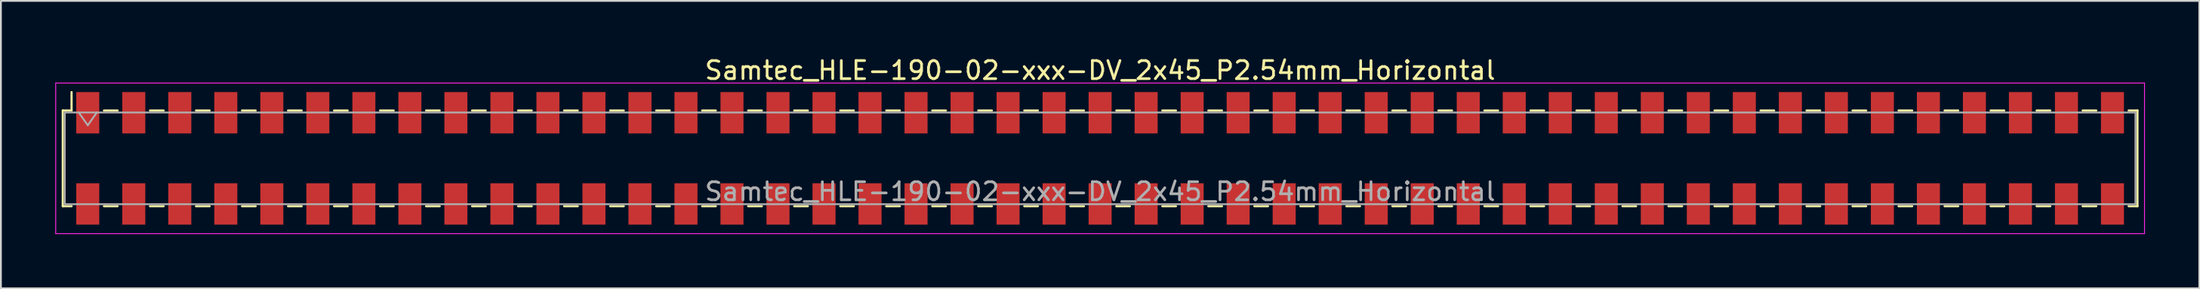
<source format=kicad_pcb>
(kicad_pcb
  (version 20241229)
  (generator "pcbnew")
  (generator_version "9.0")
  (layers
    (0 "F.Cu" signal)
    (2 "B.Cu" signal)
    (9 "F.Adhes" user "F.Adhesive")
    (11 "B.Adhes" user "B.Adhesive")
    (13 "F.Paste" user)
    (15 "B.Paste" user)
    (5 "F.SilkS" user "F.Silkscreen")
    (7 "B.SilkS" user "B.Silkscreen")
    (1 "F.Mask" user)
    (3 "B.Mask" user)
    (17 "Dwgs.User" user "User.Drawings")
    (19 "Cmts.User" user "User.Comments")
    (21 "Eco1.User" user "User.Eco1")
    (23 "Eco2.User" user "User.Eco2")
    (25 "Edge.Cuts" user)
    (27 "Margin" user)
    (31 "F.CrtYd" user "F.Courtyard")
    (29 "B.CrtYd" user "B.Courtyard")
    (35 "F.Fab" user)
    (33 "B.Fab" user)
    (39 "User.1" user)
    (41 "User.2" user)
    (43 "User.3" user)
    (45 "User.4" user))
  (footprint "Samtec_HLE-190-02-xxx-DV_2x45_P2.54mm_Horizontal"
    (layer "F.Cu")
    (at 57.675 5.718)
    (property "Reference" "Samtec_HLE-190-02-xxx-DV_2x45_P2.54mm_Horizontal" (at 0 -4.87 0) (layer "F.SilkS") (effects (font (size 1 1) (thickness 0.15))))
    (attr smd)
    (fp_line (start -57.26 -2.65) (end -57.26 2.65) (stroke (width 0.12) (type solid)) (layer "F.SilkS"))
    (fp_line (start -57.26 2.65) (end -56.775 2.65) (stroke (width 0.12) (type solid)) (layer "F.SilkS"))
    (fp_line (start -56.775 -3.67) (end -56.775 -2.65) (stroke (width 0.12) (type solid)) (layer "F.SilkS"))
    (fp_line (start -56.775 -2.65) (end -57.26 -2.65) (stroke (width 0.12) (type solid)) (layer "F.SilkS"))
    (fp_line (start -54.985 -2.65) (end -54.235 -2.65) (stroke (width 0.12) (type solid)) (layer "F.SilkS"))
    (fp_line (start -54.985 2.65) (end -54.235 2.65) (stroke (width 0.12) (type solid)) (layer "F.SilkS"))
    (fp_line (start -52.445 -2.65) (end -51.695 -2.65) (stroke (width 0.12) (type solid)) (layer "F.SilkS"))
    (fp_line (start -52.445 2.65) (end -51.695 2.65) (stroke (width 0.12) (type solid)) (layer "F.SilkS"))
    (fp_line (start -49.905 -2.65) (end -49.155 -2.65) (stroke (width 0.12) (type solid)) (layer "F.SilkS"))
    (fp_line (start -49.905 2.65) (end -49.155 2.65) (stroke (width 0.12) (type solid)) (layer "F.SilkS"))
    (fp_line (start -47.365 -2.65) (end -46.615 -2.65) (stroke (width 0.12) (type solid)) (layer "F.SilkS"))
    (fp_line (start -47.365 2.65) (end -46.615 2.65) (stroke (width 0.12) (type solid)) (layer "F.SilkS"))
    (fp_line (start -44.825 -2.65) (end -44.075 -2.65) (stroke (width 0.12) (type solid)) (layer "F.SilkS"))
    (fp_line (start -44.825 2.65) (end -44.075 2.65) (stroke (width 0.12) (type solid)) (layer "F.SilkS"))
    (fp_line (start -42.285 -2.65) (end -41.535 -2.65) (stroke (width 0.12) (type solid)) (layer "F.SilkS"))
    (fp_line (start -42.285 2.65) (end -41.535 2.65) (stroke (width 0.12) (type solid)) (layer "F.SilkS"))
    (fp_line (start -39.745 -2.65) (end -38.995 -2.65) (stroke (width 0.12) (type solid)) (layer "F.SilkS"))
    (fp_line (start -39.745 2.65) (end -38.995 2.65) (stroke (width 0.12) (type solid)) (layer "F.SilkS"))
    (fp_line (start -37.205 -2.65) (end -36.455 -2.65) (stroke (width 0.12) (type solid)) (layer "F.SilkS"))
    (fp_line (start -37.205 2.65) (end -36.455 2.65) (stroke (width 0.12) (type solid)) (layer "F.SilkS"))
    (fp_line (start -34.665 -2.65) (end -33.915 -2.65) (stroke (width 0.12) (type solid)) (layer "F.SilkS"))
    (fp_line (start -34.665 2.65) (end -33.915 2.65) (stroke (width 0.12) (type solid)) (layer "F.SilkS"))
    (fp_line (start -32.125 -2.65) (end -31.375 -2.65) (stroke (width 0.12) (type solid)) (layer "F.SilkS"))
    (fp_line (start -32.125 2.65) (end -31.375 2.65) (stroke (width 0.12) (type solid)) (layer "F.SilkS"))
    (fp_line (start -29.585 -2.65) (end -28.835 -2.65) (stroke (width 0.12) (type solid)) (layer "F.SilkS"))
    (fp_line (start -29.585 2.65) (end -28.835 2.65) (stroke (width 0.12) (type solid)) (layer "F.SilkS"))
    (fp_line (start -27.045 -2.65) (end -26.295 -2.65) (stroke (width 0.12) (type solid)) (layer "F.SilkS"))
    (fp_line (start -27.045 2.65) (end -26.295 2.65) (stroke (width 0.12) (type solid)) (layer "F.SilkS"))
    (fp_line (start -24.505 -2.65) (end -23.755 -2.65) (stroke (width 0.12) (type solid)) (layer "F.SilkS"))
    (fp_line (start -24.505 2.65) (end -23.755 2.65) (stroke (width 0.12) (type solid)) (layer "F.SilkS"))
    (fp_line (start -21.965 -2.65) (end -21.215 -2.65) (stroke (width 0.12) (type solid)) (layer "F.SilkS"))
    (fp_line (start -21.965 2.65) (end -21.215 2.65) (stroke (width 0.12) (type solid)) (layer "F.SilkS"))
    (fp_line (start -19.425 -2.65) (end -18.675 -2.65) (stroke (width 0.12) (type solid)) (layer "F.SilkS"))
    (fp_line (start -19.425 2.65) (end -18.675 2.65) (stroke (width 0.12) (type solid)) (layer "F.SilkS"))
    (fp_line (start -16.885 -2.65) (end -16.135 -2.65) (stroke (width 0.12) (type solid)) (layer "F.SilkS"))
    (fp_line (start -16.885 2.65) (end -16.135 2.65) (stroke (width 0.12) (type solid)) (layer "F.SilkS"))
    (fp_line (start -14.345 -2.65) (end -13.595 -2.65) (stroke (width 0.12) (type solid)) (layer "F.SilkS"))
    (fp_line (start -14.345 2.65) (end -13.595 2.65) (stroke (width 0.12) (type solid)) (layer "F.SilkS"))
    (fp_line (start -11.805 -2.65) (end -11.055 -2.65) (stroke (width 0.12) (type solid)) (layer "F.SilkS"))
    (fp_line (start -11.805 2.65) (end -11.055 2.65) (stroke (width 0.12) (type solid)) (layer "F.SilkS"))
    (fp_line (start -9.265 -2.65) (end -8.515 -2.65) (stroke (width 0.12) (type solid)) (layer "F.SilkS"))
    (fp_line (start -9.265 2.65) (end -8.515 2.65) (stroke (width 0.12) (type solid)) (layer "F.SilkS"))
    (fp_line (start -6.725 -2.65) (end -5.975 -2.65) (stroke (width 0.12) (type solid)) (layer "F.SilkS"))
    (fp_line (start -6.725 2.65) (end -5.975 2.65) (stroke (width 0.12) (type solid)) (layer "F.SilkS"))
    (fp_line (start -4.185 -2.65) (end -3.435 -2.65) (stroke (width 0.12) (type solid)) (layer "F.SilkS"))
    (fp_line (start -4.185 2.65) (end -3.435 2.65) (stroke (width 0.12) (type solid)) (layer "F.SilkS"))
    (fp_line (start -1.645 -2.65) (end -0.895 -2.65) (stroke (width 0.12) (type solid)) (layer "F.SilkS"))
    (fp_line (start -1.645 2.65) (end -0.895 2.65) (stroke (width 0.12) (type solid)) (layer "F.SilkS"))
    (fp_line (start 0.895 -2.65) (end 1.645 -2.65) (stroke (width 0.12) (type solid)) (layer "F.SilkS"))
    (fp_line (start 0.895 2.65) (end 1.645 2.65) (stroke (width 0.12) (type solid)) (layer "F.SilkS"))
    (fp_line (start 3.435 -2.65) (end 4.185 -2.65) (stroke (width 0.12) (type solid)) (layer "F.SilkS"))
    (fp_line (start 3.435 2.65) (end 4.185 2.65) (stroke (width 0.12) (type solid)) (layer "F.SilkS"))
    (fp_line (start 5.975 -2.65) (end 6.725 -2.65) (stroke (width 0.12) (type solid)) (layer "F.SilkS"))
    (fp_line (start 5.975 2.65) (end 6.725 2.65) (stroke (width 0.12) (type solid)) (layer "F.SilkS"))
    (fp_line (start 8.515 -2.65) (end 9.265 -2.65) (stroke (width 0.12) (type solid)) (layer "F.SilkS"))
    (fp_line (start 8.515 2.65) (end 9.265 2.65) (stroke (width 0.12) (type solid)) (layer "F.SilkS"))
    (fp_line (start 11.055 -2.65) (end 11.805 -2.65) (stroke (width 0.12) (type solid)) (layer "F.SilkS"))
    (fp_line (start 11.055 2.65) (end 11.805 2.65) (stroke (width 0.12) (type solid)) (layer "F.SilkS"))
    (fp_line (start 13.595 -2.65) (end 14.345 -2.65) (stroke (width 0.12) (type solid)) (layer "F.SilkS"))
    (fp_line (start 13.595 2.65) (end 14.345 2.65) (stroke (width 0.12) (type solid)) (layer "F.SilkS"))
    (fp_line (start 16.135 -2.65) (end 16.885 -2.65) (stroke (width 0.12) (type solid)) (layer "F.SilkS"))
    (fp_line (start 16.135 2.65) (end 16.885 2.65) (stroke (width 0.12) (type solid)) (layer "F.SilkS"))
    (fp_line (start 18.675 -2.65) (end 19.425 -2.65) (stroke (width 0.12) (type solid)) (layer "F.SilkS"))
    (fp_line (start 18.675 2.65) (end 19.425 2.65) (stroke (width 0.12) (type solid)) (layer "F.SilkS"))
    (fp_line (start 21.215 -2.65) (end 21.965 -2.65) (stroke (width 0.12) (type solid)) (layer "F.SilkS"))
    (fp_line (start 21.215 2.65) (end 21.965 2.65) (stroke (width 0.12) (type solid)) (layer "F.SilkS"))
    (fp_line (start 23.755 -2.65) (end 24.505 -2.65) (stroke (width 0.12) (type solid)) (layer "F.SilkS"))
    (fp_line (start 23.755 2.65) (end 24.505 2.65) (stroke (width 0.12) (type solid)) (layer "F.SilkS"))
    (fp_line (start 26.295 -2.65) (end 27.045 -2.65) (stroke (width 0.12) (type solid)) (layer "F.SilkS"))
    (fp_line (start 26.295 2.65) (end 27.045 2.65) (stroke (width 0.12) (type solid)) (layer "F.SilkS"))
    (fp_line (start 28.835 -2.65) (end 29.585 -2.65) (stroke (width 0.12) (type solid)) (layer "F.SilkS"))
    (fp_line (start 28.835 2.65) (end 29.585 2.65) (stroke (width 0.12) (type solid)) (layer "F.SilkS"))
    (fp_line (start 31.375 -2.65) (end 32.125 -2.65) (stroke (width 0.12) (type solid)) (layer "F.SilkS"))
    (fp_line (start 31.375 2.65) (end 32.125 2.65) (stroke (width 0.12) (type solid)) (layer "F.SilkS"))
    (fp_line (start 33.915 -2.65) (end 34.665 -2.65) (stroke (width 0.12) (type solid)) (layer "F.SilkS"))
    (fp_line (start 33.915 2.65) (end 34.665 2.65) (stroke (width 0.12) (type solid)) (layer "F.SilkS"))
    (fp_line (start 36.455 -2.65) (end 37.205 -2.65) (stroke (width 0.12) (type solid)) (layer "F.SilkS"))
    (fp_line (start 36.455 2.65) (end 37.205 2.65) (stroke (width 0.12) (type solid)) (layer "F.SilkS"))
    (fp_line (start 38.995 -2.65) (end 39.745 -2.65) (stroke (width 0.12) (type solid)) (layer "F.SilkS"))
    (fp_line (start 38.995 2.65) (end 39.745 2.65) (stroke (width 0.12) (type solid)) (layer "F.SilkS"))
    (fp_line (start 41.535 -2.65) (end 42.285 -2.65) (stroke (width 0.12) (type solid)) (layer "F.SilkS"))
    (fp_line (start 41.535 2.65) (end 42.285 2.65) (stroke (width 0.12) (type solid)) (layer "F.SilkS"))
    (fp_line (start 44.075 -2.65) (end 44.825 -2.65) (stroke (width 0.12) (type solid)) (layer "F.SilkS"))
    (fp_line (start 44.075 2.65) (end 44.825 2.65) (stroke (width 0.12) (type solid)) (layer "F.SilkS"))
    (fp_line (start 46.615 -2.65) (end 47.365 -2.65) (stroke (width 0.12) (type solid)) (layer "F.SilkS"))
    (fp_line (start 46.615 2.65) (end 47.365 2.65) (stroke (width 0.12) (type solid)) (layer "F.SilkS"))
    (fp_line (start 49.155 -2.65) (end 49.905 -2.65) (stroke (width 0.12) (type solid)) (layer "F.SilkS"))
    (fp_line (start 49.155 2.65) (end 49.905 2.65) (stroke (width 0.12) (type solid)) (layer "F.SilkS"))
    (fp_line (start 51.695 -2.65) (end 52.445 -2.65) (stroke (width 0.12) (type solid)) (layer "F.SilkS"))
    (fp_line (start 51.695 2.65) (end 52.445 2.65) (stroke (width 0.12) (type solid)) (layer "F.SilkS"))
    (fp_line (start 54.235 -2.65) (end 54.985 -2.65) (stroke (width 0.12) (type solid)) (layer "F.SilkS"))
    (fp_line (start 54.235 2.65) (end 54.985 2.65) (stroke (width 0.12) (type solid)) (layer "F.SilkS"))
    (fp_line (start 56.775 -2.65) (end 57.26 -2.65) (stroke (width 0.12) (type solid)) (layer "F.SilkS"))
    (fp_line (start 57.26 -2.65) (end 57.26 2.65) (stroke (width 0.12) (type solid)) (layer "F.SilkS"))
    (fp_line (start 57.26 2.65) (end 56.775 2.65) (stroke (width 0.12) (type solid)) (layer "F.SilkS"))
    (fp_line (start -57.65 -4.17) (end 57.65 -4.17) (stroke (width 0.05) (type solid)) (layer "F.CrtYd"))
    (fp_line (start -57.65 4.17) (end -57.65 -4.17) (stroke (width 0.05) (type solid)) (layer "F.CrtYd"))
    (fp_line (start 57.65 -4.17) (end 57.65 4.17) (stroke (width 0.05) (type solid)) (layer "F.CrtYd"))
    (fp_line (start 57.65 4.17) (end -57.65 4.17) (stroke (width 0.05) (type solid)) (layer "F.CrtYd"))
    (fp_line (start -57.15 -2.54) (end 57.15 -2.54) (stroke (width 0.1) (type solid)) (layer "F.Fab"))
    (fp_line (start -57.15 2.54) (end -57.15 -2.54) (stroke (width 0.1) (type solid)) (layer "F.Fab"))
    (fp_line (start -56.38 -2.54) (end -55.88 -1.833) (stroke (width 0.1) (type solid)) (layer "F.Fab"))
    (fp_line (start -55.88 -1.833) (end -55.38 -2.54) (stroke (width 0.1) (type solid)) (layer "F.Fab"))
    (fp_line (start 57.15 -2.54) (end 57.15 2.54) (stroke (width 0.1) (type solid)) (layer "F.Fab"))
    (fp_line (start 57.15 2.54) (end -57.15 2.54) (stroke (width 0.1) (type solid)) (layer "F.Fab"))
    (fp_text user "${REFERENCE}" (at 0 1.84 0) (layer "F.Fab") (effects (font (size 1 1) (thickness 0.15))))
    (pad "1" smd rect (at -55.88 -2.525) (size 1.27 2.29) (layers "F.Cu" "F.Mask" "F.Paste"))
    (pad "2" smd rect (at -55.88 2.525) (size 1.27 2.29) (layers "F.Cu" "F.Mask" "F.Paste"))
    (pad "3" smd rect (at -53.34 -2.525) (size 1.27 2.29) (layers "F.Cu" "F.Mask" "F.Paste"))
    (pad "4" smd rect (at -53.34 2.525) (size 1.27 2.29) (layers "F.Cu" "F.Mask" "F.Paste"))
    (pad "5" smd rect (at -50.8 -2.525) (size 1.27 2.29) (layers "F.Cu" "F.Mask" "F.Paste"))
    (pad "6" smd rect (at -50.8 2.525) (size 1.27 2.29) (layers "F.Cu" "F.Mask" "F.Paste"))
    (pad "7" smd rect (at -48.26 -2.525) (size 1.27 2.29) (layers "F.Cu" "F.Mask" "F.Paste"))
    (pad "8" smd rect (at -48.26 2.525) (size 1.27 2.29) (layers "F.Cu" "F.Mask" "F.Paste"))
    (pad "9" smd rect (at -45.72 -2.525) (size 1.27 2.29) (layers "F.Cu" "F.Mask" "F.Paste"))
    (pad "10" smd rect (at -45.72 2.525) (size 1.27 2.29) (layers "F.Cu" "F.Mask" "F.Paste"))
    (pad "11" smd rect (at -43.18 -2.525) (size 1.27 2.29) (layers "F.Cu" "F.Mask" "F.Paste"))
    (pad "12" smd rect (at -43.18 2.525) (size 1.27 2.29) (layers "F.Cu" "F.Mask" "F.Paste"))
    (pad "13" smd rect (at -40.64 -2.525) (size 1.27 2.29) (layers "F.Cu" "F.Mask" "F.Paste"))
    (pad "14" smd rect (at -40.64 2.525) (size 1.27 2.29) (layers "F.Cu" "F.Mask" "F.Paste"))
    (pad "15" smd rect (at -38.1 -2.525) (size 1.27 2.29) (layers "F.Cu" "F.Mask" "F.Paste"))
    (pad "16" smd rect (at -38.1 2.525) (size 1.27 2.29) (layers "F.Cu" "F.Mask" "F.Paste"))
    (pad "17" smd rect (at -35.56 -2.525) (size 1.27 2.29) (layers "F.Cu" "F.Mask" "F.Paste"))
    (pad "18" smd rect (at -35.56 2.525) (size 1.27 2.29) (layers "F.Cu" "F.Mask" "F.Paste"))
    (pad "19" smd rect (at -33.02 -2.525) (size 1.27 2.29) (layers "F.Cu" "F.Mask" "F.Paste"))
    (pad "20" smd rect (at -33.02 2.525) (size 1.27 2.29) (layers "F.Cu" "F.Mask" "F.Paste"))
    (pad "21" smd rect (at -30.48 -2.525) (size 1.27 2.29) (layers "F.Cu" "F.Mask" "F.Paste"))
    (pad "22" smd rect (at -30.48 2.525) (size 1.27 2.29) (layers "F.Cu" "F.Mask" "F.Paste"))
    (pad "23" smd rect (at -27.94 -2.525) (size 1.27 2.29) (layers "F.Cu" "F.Mask" "F.Paste"))
    (pad "24" smd rect (at -27.94 2.525) (size 1.27 2.29) (layers "F.Cu" "F.Mask" "F.Paste"))
    (pad "25" smd rect (at -25.4 -2.525) (size 1.27 2.29) (layers "F.Cu" "F.Mask" "F.Paste"))
    (pad "26" smd rect (at -25.4 2.525) (size 1.27 2.29) (layers "F.Cu" "F.Mask" "F.Paste"))
    (pad "27" smd rect (at -22.86 -2.525) (size 1.27 2.29) (layers "F.Cu" "F.Mask" "F.Paste"))
    (pad "28" smd rect (at -22.86 2.525) (size 1.27 2.29) (layers "F.Cu" "F.Mask" "F.Paste"))
    (pad "29" smd rect (at -20.32 -2.525) (size 1.27 2.29) (layers "F.Cu" "F.Mask" "F.Paste"))
    (pad "30" smd rect (at -20.32 2.525) (size 1.27 2.29) (layers "F.Cu" "F.Mask" "F.Paste"))
    (pad "31" smd rect (at -17.78 -2.525) (size 1.27 2.29) (layers "F.Cu" "F.Mask" "F.Paste"))
    (pad "32" smd rect (at -17.78 2.525) (size 1.27 2.29) (layers "F.Cu" "F.Mask" "F.Paste"))
    (pad "33" smd rect (at -15.24 -2.525) (size 1.27 2.29) (layers "F.Cu" "F.Mask" "F.Paste"))
    (pad "34" smd rect (at -15.24 2.525) (size 1.27 2.29) (layers "F.Cu" "F.Mask" "F.Paste"))
    (pad "35" smd rect (at -12.7 -2.525) (size 1.27 2.29) (layers "F.Cu" "F.Mask" "F.Paste"))
    (pad "36" smd rect (at -12.7 2.525) (size 1.27 2.29) (layers "F.Cu" "F.Mask" "F.Paste"))
    (pad "37" smd rect (at -10.16 -2.525) (size 1.27 2.29) (layers "F.Cu" "F.Mask" "F.Paste"))
    (pad "38" smd rect (at -10.16 2.525) (size 1.27 2.29) (layers "F.Cu" "F.Mask" "F.Paste"))
    (pad "39" smd rect (at -7.62 -2.525) (size 1.27 2.29) (layers "F.Cu" "F.Mask" "F.Paste"))
    (pad "40" smd rect (at -7.62 2.525) (size 1.27 2.29) (layers "F.Cu" "F.Mask" "F.Paste"))
    (pad "41" smd rect (at -5.08 -2.525) (size 1.27 2.29) (layers "F.Cu" "F.Mask" "F.Paste"))
    (pad "42" smd rect (at -5.08 2.525) (size 1.27 2.29) (layers "F.Cu" "F.Mask" "F.Paste"))
    (pad "43" smd rect (at -2.54 -2.525) (size 1.27 2.29) (layers "F.Cu" "F.Mask" "F.Paste"))
    (pad "44" smd rect (at -2.54 2.525) (size 1.27 2.29) (layers "F.Cu" "F.Mask" "F.Paste"))
    (pad "45" smd rect (at 0 -2.525) (size 1.27 2.29) (layers "F.Cu" "F.Mask" "F.Paste"))
    (pad "46" smd rect (at 0 2.525) (size 1.27 2.29) (layers "F.Cu" "F.Mask" "F.Paste"))
    (pad "47" smd rect (at 2.54 -2.525) (size 1.27 2.29) (layers "F.Cu" "F.Mask" "F.Paste"))
    (pad "48" smd rect (at 2.54 2.525) (size 1.27 2.29) (layers "F.Cu" "F.Mask" "F.Paste"))
    (pad "49" smd rect (at 5.08 -2.525) (size 1.27 2.29) (layers "F.Cu" "F.Mask" "F.Paste"))
    (pad "50" smd rect (at 5.08 2.525) (size 1.27 2.29) (layers "F.Cu" "F.Mask" "F.Paste"))
    (pad "51" smd rect (at 7.62 -2.525) (size 1.27 2.29) (layers "F.Cu" "F.Mask" "F.Paste"))
    (pad "52" smd rect (at 7.62 2.525) (size 1.27 2.29) (layers "F.Cu" "F.Mask" "F.Paste"))
    (pad "53" smd rect (at 10.16 -2.525) (size 1.27 2.29) (layers "F.Cu" "F.Mask" "F.Paste"))
    (pad "54" smd rect (at 10.16 2.525) (size 1.27 2.29) (layers "F.Cu" "F.Mask" "F.Paste"))
    (pad "55" smd rect (at 12.7 -2.525) (size 1.27 2.29) (layers "F.Cu" "F.Mask" "F.Paste"))
    (pad "56" smd rect (at 12.7 2.525) (size 1.27 2.29) (layers "F.Cu" "F.Mask" "F.Paste"))
    (pad "57" smd rect (at 15.24 -2.525) (size 1.27 2.29) (layers "F.Cu" "F.Mask" "F.Paste"))
    (pad "58" smd rect (at 15.24 2.525) (size 1.27 2.29) (layers "F.Cu" "F.Mask" "F.Paste"))
    (pad "59" smd rect (at 17.78 -2.525) (size 1.27 2.29) (layers "F.Cu" "F.Mask" "F.Paste"))
    (pad "60" smd rect (at 17.78 2.525) (size 1.27 2.29) (layers "F.Cu" "F.Mask" "F.Paste"))
    (pad "61" smd rect (at 20.32 -2.525) (size 1.27 2.29) (layers "F.Cu" "F.Mask" "F.Paste"))
    (pad "62" smd rect (at 20.32 2.525) (size 1.27 2.29) (layers "F.Cu" "F.Mask" "F.Paste"))
    (pad "63" smd rect (at 22.86 -2.525) (size 1.27 2.29) (layers "F.Cu" "F.Mask" "F.Paste"))
    (pad "64" smd rect (at 22.86 2.525) (size 1.27 2.29) (layers "F.Cu" "F.Mask" "F.Paste"))
    (pad "65" smd rect (at 25.4 -2.525) (size 1.27 2.29) (layers "F.Cu" "F.Mask" "F.Paste"))
    (pad "66" smd rect (at 25.4 2.525) (size 1.27 2.29) (layers "F.Cu" "F.Mask" "F.Paste"))
    (pad "67" smd rect (at 27.94 -2.525) (size 1.27 2.29) (layers "F.Cu" "F.Mask" "F.Paste"))
    (pad "68" smd rect (at 27.94 2.525) (size 1.27 2.29) (layers "F.Cu" "F.Mask" "F.Paste"))
    (pad "69" smd rect (at 30.48 -2.525) (size 1.27 2.29) (layers "F.Cu" "F.Mask" "F.Paste"))
    (pad "70" smd rect (at 30.48 2.525) (size 1.27 2.29) (layers "F.Cu" "F.Mask" "F.Paste"))
    (pad "71" smd rect (at 33.02 -2.525) (size 1.27 2.29) (layers "F.Cu" "F.Mask" "F.Paste"))
    (pad "72" smd rect (at 33.02 2.525) (size 1.27 2.29) (layers "F.Cu" "F.Mask" "F.Paste"))
    (pad "73" smd rect (at 35.56 -2.525) (size 1.27 2.29) (layers "F.Cu" "F.Mask" "F.Paste"))
    (pad "74" smd rect (at 35.56 2.525) (size 1.27 2.29) (layers "F.Cu" "F.Mask" "F.Paste"))
    (pad "75" smd rect (at 38.1 -2.525) (size 1.27 2.29) (layers "F.Cu" "F.Mask" "F.Paste"))
    (pad "76" smd rect (at 38.1 2.525) (size 1.27 2.29) (layers "F.Cu" "F.Mask" "F.Paste"))
    (pad "77" smd rect (at 40.64 -2.525) (size 1.27 2.29) (layers "F.Cu" "F.Mask" "F.Paste"))
    (pad "78" smd rect (at 40.64 2.525) (size 1.27 2.29) (layers "F.Cu" "F.Mask" "F.Paste"))
    (pad "79" smd rect (at 43.18 -2.525) (size 1.27 2.29) (layers "F.Cu" "F.Mask" "F.Paste"))
    (pad "80" smd rect (at 43.18 2.525) (size 1.27 2.29) (layers "F.Cu" "F.Mask" "F.Paste"))
    (pad "81" smd rect (at 45.72 -2.525) (size 1.27 2.29) (layers "F.Cu" "F.Mask" "F.Paste"))
    (pad "82" smd rect (at 45.72 2.525) (size 1.27 2.29) (layers "F.Cu" "F.Mask" "F.Paste"))
    (pad "83" smd rect (at 48.26 -2.525) (size 1.27 2.29) (layers "F.Cu" "F.Mask" "F.Paste"))
    (pad "84" smd rect (at 48.26 2.525) (size 1.27 2.29) (layers "F.Cu" "F.Mask" "F.Paste"))
    (pad "85" smd rect (at 50.8 -2.525) (size 1.27 2.29) (layers "F.Cu" "F.Mask" "F.Paste"))
    (pad "86" smd rect (at 50.8 2.525) (size 1.27 2.29) (layers "F.Cu" "F.Mask" "F.Paste"))
    (pad "87" smd rect (at 53.34 -2.525) (size 1.27 2.29) (layers "F.Cu" "F.Mask" "F.Paste"))
    (pad "88" smd rect (at 53.34 2.525) (size 1.27 2.29) (layers "F.Cu" "F.Mask" "F.Paste"))
    (pad "89" smd rect (at 55.88 -2.525) (size 1.27 2.29) (layers "F.Cu" "F.Mask" "F.Paste"))
    (pad "90" smd rect (at 55.88 2.525) (size 1.27 2.29) (layers "F.Cu" "F.Mask" "F.Paste")))
  (gr_rect
    (start -3 -3)
    (end 118.35 12.913)
    (stroke (width 0.1) (type default))
    (fill no)
    (layer "Edge.Cuts")))
</source>
